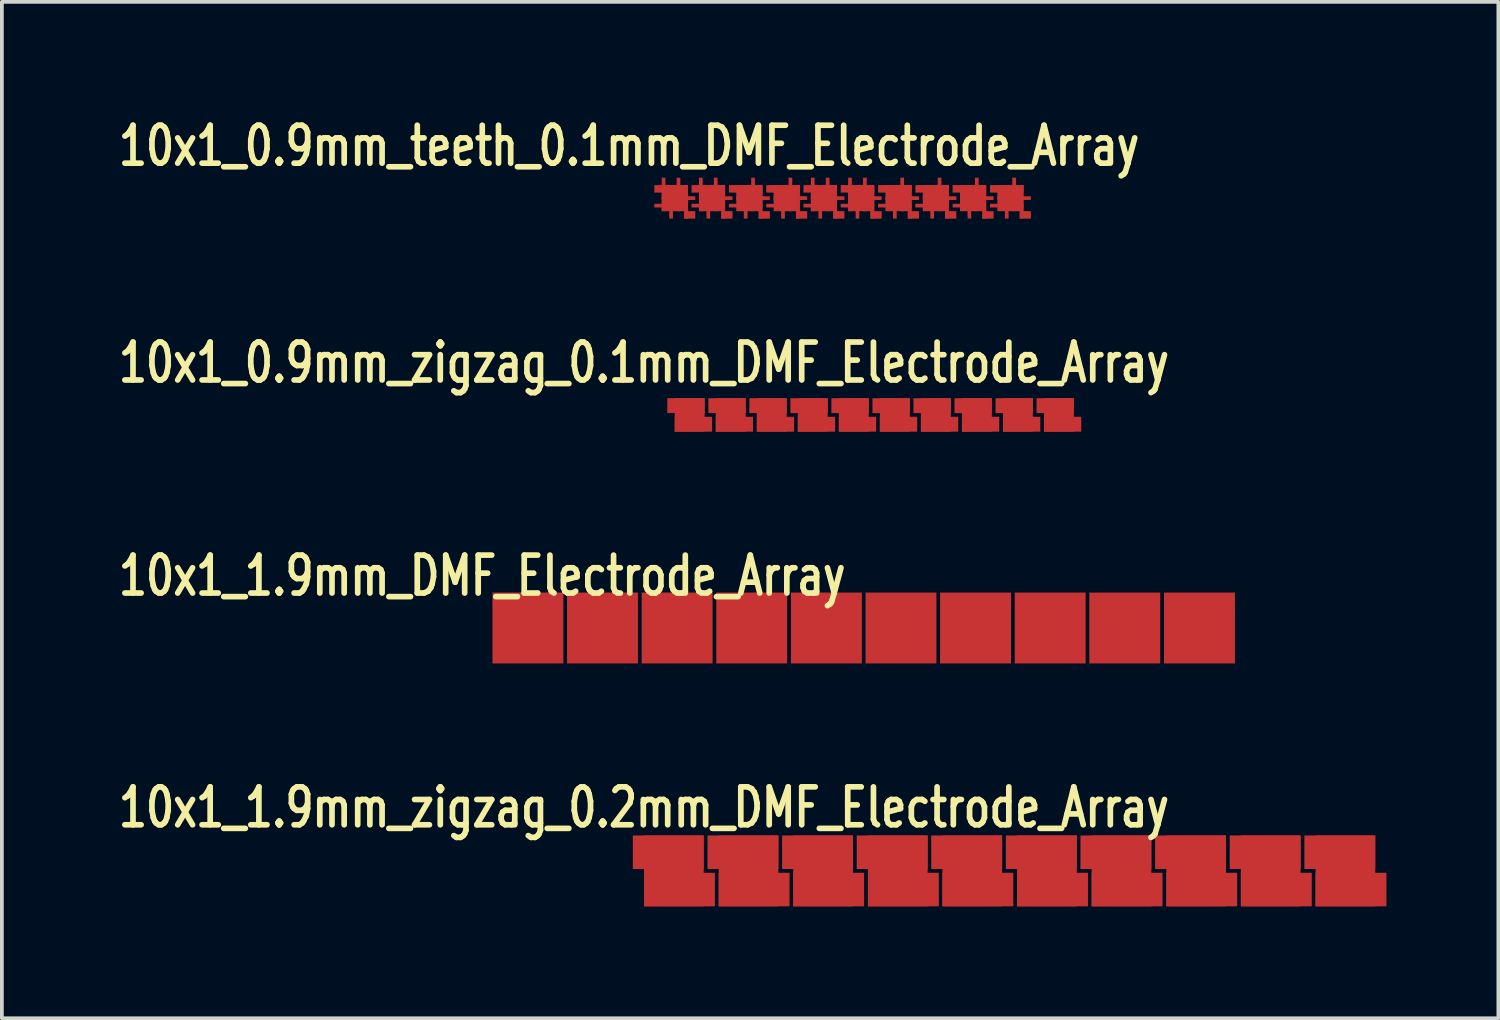
<source format=kicad_pcb>
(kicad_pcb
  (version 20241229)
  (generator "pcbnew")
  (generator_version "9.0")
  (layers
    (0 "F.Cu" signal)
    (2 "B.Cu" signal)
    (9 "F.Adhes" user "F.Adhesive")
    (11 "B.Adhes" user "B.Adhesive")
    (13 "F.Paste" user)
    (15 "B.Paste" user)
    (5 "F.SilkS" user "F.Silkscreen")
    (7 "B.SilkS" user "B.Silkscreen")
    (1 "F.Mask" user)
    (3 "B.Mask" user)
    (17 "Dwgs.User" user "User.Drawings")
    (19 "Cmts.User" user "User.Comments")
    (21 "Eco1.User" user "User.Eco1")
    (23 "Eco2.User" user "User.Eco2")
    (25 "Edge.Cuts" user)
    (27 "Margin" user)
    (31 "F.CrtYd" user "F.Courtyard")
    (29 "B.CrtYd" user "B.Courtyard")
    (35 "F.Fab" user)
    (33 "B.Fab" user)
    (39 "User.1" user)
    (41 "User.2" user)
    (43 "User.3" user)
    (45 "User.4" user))
  (footprint "10x1_0.9mm_zigzag_0.1mm_DMF_Electrode_Array"
    (layer "F.Cu")
    (at 15.437 8.073)
    (property "Reference" "10x1_0.9mm_zigzag_0.1mm_DMF_Electrode_Array" (at -1.224 -1.4 0) (layer "F.SilkS") (effects (font (size 1.016 0.762) (thickness 0.152))))
    (attr smd)
    (pad "" smd rect (at -0.099 -0.249) (size 1.001 0.399) (layers "F.Cu" "F.Mask"))
    (pad "" smd rect (at 0.099 0.249) (size 1.001 0.399) (layers "F.Cu" "F.Mask"))
    (pad "" smd rect (at 1.001 -0.249) (size 1.001 0.399) (layers "F.Cu" "F.Mask"))
    (pad "" smd rect (at 1.199 0.249) (size 1.001 0.399) (layers "F.Cu" "F.Mask"))
    (pad "" smd rect (at 2.101 -0.249) (size 1.001 0.399) (layers "F.Cu" "F.Mask"))
    (pad "" smd rect (at 2.299 0.249) (size 1.001 0.399) (layers "F.Cu" "F.Mask"))
    (pad "" smd rect (at 3.2 -0.249) (size 1.001 0.399) (layers "F.Cu" "F.Mask"))
    (pad "" smd rect (at 3.399 0.249) (size 1.001 0.399) (layers "F.Cu" "F.Mask"))
    (pad "" smd rect (at 4.3 -0.249) (size 1.001 0.399) (layers "F.Cu" "F.Mask"))
    (pad "" smd rect (at 4.498 0.249) (size 1.001 0.399) (layers "F.Cu" "F.Mask"))
    (pad "" smd rect (at 5.4 -0.249) (size 1.001 0.399) (layers "F.Cu" "F.Mask"))
    (pad "" smd rect (at 5.598 0.249) (size 1.001 0.399) (layers "F.Cu" "F.Mask"))
    (pad "" smd rect (at 6.5 -0.249) (size 1.001 0.399) (layers "F.Cu" "F.Mask"))
    (pad "" smd rect (at 6.698 0.249) (size 1.001 0.399) (layers "F.Cu" "F.Mask"))
    (pad "" smd rect (at 7.6 -0.249) (size 1.001 0.399) (layers "F.Cu" "F.Mask"))
    (pad "" smd rect (at 7.798 0.249) (size 1.001 0.399) (layers "F.Cu" "F.Mask"))
    (pad "" smd rect (at 8.7 -0.249) (size 1.001 0.399) (layers "F.Cu" "F.Mask"))
    (pad "" smd rect (at 8.898 0.249) (size 1.001 0.399) (layers "F.Cu" "F.Mask"))
    (pad "" smd rect (at 9.799 -0.249) (size 1.001 0.399) (layers "F.Cu" "F.Mask"))
    (pad "" smd rect (at 9.997 0.249) (size 1.001 0.399) (layers "F.Cu" "F.Mask"))
    (pad "1" smd rect (at 0 0) (size 0.8 0.899) (layers "F.Cu" "F.Mask"))
    (pad "2" smd rect (at 1.1 0) (size 0.8 0.899) (layers "F.Cu" "F.Mask"))
    (pad "3" smd rect (at 2.2 0) (size 0.8 0.899) (layers "F.Cu" "F.Mask"))
    (pad "4" smd rect (at 3.299 0) (size 0.8 0.899) (layers "F.Cu" "F.Mask"))
    (pad "5" smd rect (at 4.399 0) (size 0.8 0.899) (layers "F.Cu" "F.Mask"))
    (pad "6" smd rect (at 5.499 0) (size 0.8 0.899) (layers "F.Cu" "F.Mask"))
    (pad "7" smd rect (at 6.599 0) (size 0.8 0.899) (layers "F.Cu" "F.Mask"))
    (pad "8" smd rect (at 7.699 0) (size 0.8 0.899) (layers "F.Cu" "F.Mask"))
    (pad "9" smd rect (at 8.799 0) (size 0.8 0.899) (layers "F.Cu" "F.Mask"))
    (pad "10" smd rect (at 9.898 0) (size 0.8 0.899) (layers "F.Cu" "F.Mask")))
  (footprint "10x1_1.9mm_zigzag_0.2mm_DMF_Electrode_Array"
    (layer "F.Cu")
    (at 15.013 20.295)
    (property "Reference" "10x1_1.9mm_zigzag_0.2mm_DMF_Electrode_Array" (at -0.8 -1.699 0) (layer "F.SilkS") (effects (font (size 1.016 0.762) (thickness 0.152))))
    (attr smd)
    (pad "" smd rect (at -0.15 -0.5) (size 1.9 0.899) (layers "F.Cu" "F.Mask"))
    (pad "" smd rect (at 0.15 0.5) (size 1.9 0.899) (layers "F.Cu" "F.Mask"))
    (pad "" smd rect (at 1.852 -0.5) (size 1.9 0.899) (layers "F.Cu" "F.Mask"))
    (pad "" smd rect (at 2.151 0.5) (size 1.9 0.899) (layers "F.Cu" "F.Mask"))
    (pad "" smd rect (at 3.851 -0.5) (size 1.9 0.899) (layers "F.Cu" "F.Mask"))
    (pad "" smd rect (at 4.15 0.5) (size 1.9 0.899) (layers "F.Cu" "F.Mask"))
    (pad "" smd rect (at 5.852 -0.5) (size 1.9 0.899) (layers "F.Cu" "F.Mask"))
    (pad "" smd rect (at 6.152 0.5) (size 1.9 0.899) (layers "F.Cu" "F.Mask"))
    (pad "" smd rect (at 7.849 -0.5) (size 1.9 0.899) (layers "F.Cu" "F.Mask"))
    (pad "" smd rect (at 8.148 0.5) (size 1.9 0.899) (layers "F.Cu" "F.Mask"))
    (pad "" smd rect (at 9.85 -0.5) (size 1.9 0.899) (layers "F.Cu" "F.Mask"))
    (pad "" smd rect (at 10.15 0.5) (size 1.9 0.899) (layers "F.Cu" "F.Mask"))
    (pad "" smd rect (at 11.849 -0.5) (size 1.9 0.899) (layers "F.Cu" "F.Mask"))
    (pad "" smd rect (at 12.149 0.5) (size 1.9 0.899) (layers "F.Cu" "F.Mask"))
    (pad "" smd rect (at 13.851 -0.5) (size 1.9 0.899) (layers "F.Cu" "F.Mask"))
    (pad "" smd rect (at 14.15 0.5) (size 1.9 0.899) (layers "F.Cu" "F.Mask"))
    (pad "" smd rect (at 15.85 -0.5) (size 1.9 0.899) (layers "F.Cu" "F.Mask"))
    (pad "" smd rect (at 16.149 0.5) (size 1.9 0.899) (layers "F.Cu" "F.Mask"))
    (pad "" smd rect (at 17.851 -0.5) (size 1.9 0.899) (layers "F.Cu" "F.Mask"))
    (pad "" smd rect (at 18.151 0.5) (size 1.9 0.899) (layers "F.Cu" "F.Mask"))
    (pad "1" smd rect (at 0 0) (size 1.6 1.9) (layers "F.Cu" "F.Mask"))
    (pad "2" smd rect (at 2.002 0) (size 1.6 1.9) (layers "F.Cu" "F.Mask"))
    (pad "3" smd rect (at 4 0) (size 1.6 1.9) (layers "F.Cu" "F.Mask"))
    (pad "4" smd rect (at 6.002 0) (size 1.6 1.9) (layers "F.Cu" "F.Mask"))
    (pad "5" smd rect (at 7.998 0) (size 1.6 1.9) (layers "F.Cu" "F.Mask"))
    (pad "6" smd rect (at 10 0) (size 1.6 1.9) (layers "F.Cu" "F.Mask"))
    (pad "7" smd rect (at 11.999 0) (size 1.6 1.9) (layers "F.Cu" "F.Mask"))
    (pad "8" smd rect (at 14 0) (size 1.6 1.9) (layers "F.Cu" "F.Mask"))
    (pad "9" smd rect (at 15.999 0) (size 1.6 1.9) (layers "F.Cu" "F.Mask"))
    (pad "10" smd rect (at 18.001 0) (size 1.6 1.9) (layers "F.Cu" "F.Mask")))
  (footprint "10x1_0.9mm_teeth_0.1mm_DMF_Electrode_Array"
    (layer "F.Cu")
    (at 15.038 2.261)
    (property "Reference" "10x1_0.9mm_teeth_0.1mm_DMF_Electrode_Array" (at -1.224 -1.4 0) (layer "F.SilkS") (effects (font (size 1.016 0.762) (thickness 0.152))))
    (attr smd)
    (pad "" smd rect (at -0.3 -0.099) (size 0.099 0.899) (layers "F.Cu" "F.Mask"))
    (pad "" smd rect (at -0.099 -0.249) (size 0.899 0.201) (layers "F.Cu" "F.Mask"))
    (pad "" smd rect (at -0.099 0.099) (size 0.099 0.899) (layers "F.Cu" "F.Mask"))
    (pad "" smd rect (at -0.099 0.201) (size 0.899 0.099) (layers "F.Cu" "F.Mask"))
    (pad "" smd rect (at 0.099 -0.099) (size 0.099 0.899) (layers "F.Cu" "F.Mask"))
    (pad "" smd rect (at 0.099 0) (size 0.899 0.099) (layers "F.Cu" "F.Mask"))
    (pad "" smd rect (at 0.3 0.099) (size 0.099 0.899) (layers "F.Cu" "F.Mask"))
    (pad "" smd rect (at 0.399 0.45) (size 0.3 0.201) (layers "F.Cu" "F.Mask"))
    (pad "" smd rect (at 0.699 -0.099) (size 0.099 0.899) (layers "F.Cu" "F.Mask"))
    (pad "" smd rect (at 0.899 -0.249) (size 0.899 0.201) (layers "F.Cu" "F.Mask"))
    (pad "" smd rect (at 0.899 0.099) (size 0.099 0.899) (layers "F.Cu" "F.Mask"))
    (pad "" smd rect (at 0.899 0.201) (size 0.899 0.099) (layers "F.Cu" "F.Mask"))
    (pad "" smd rect (at 1.097 -0.099) (size 0.099 0.899) (layers "F.Cu" "F.Mask"))
    (pad "" smd rect (at 1.097 0) (size 0.899 0.099) (layers "F.Cu" "F.Mask"))
    (pad "" smd rect (at 1.298 0.099) (size 0.099 0.899) (layers "F.Cu" "F.Mask"))
    (pad "" smd rect (at 1.397 0.45) (size 0.3 0.201) (layers "F.Cu" "F.Mask"))
    (pad "" smd rect (at 1.9 -0.249) (size 0.899 0.201) (layers "F.Cu" "F.Mask"))
    (pad "" smd rect (at 1.9 0.099) (size 0.099 0.899) (layers "F.Cu" "F.Mask"))
    (pad "" smd rect (at 1.9 0.201) (size 0.899 0.099) (layers "F.Cu" "F.Mask"))
    (pad "" smd rect (at 2.098 -0.099) (size 0.099 0.899) (layers "F.Cu" "F.Mask"))
    (pad "" smd rect (at 2.098 0) (size 0.899 0.099) (layers "F.Cu" "F.Mask"))
    (pad "" smd rect (at 2.299 0.099) (size 0.099 0.899) (layers "F.Cu" "F.Mask"))
    (pad "" smd rect (at 2.398 0.45) (size 0.3 0.201) (layers "F.Cu" "F.Mask"))
    (pad "" smd rect (at 2.901 -0.249) (size 0.899 0.201) (layers "F.Cu" "F.Mask"))
    (pad "" smd rect (at 2.901 0.099) (size 0.099 0.899) (layers "F.Cu" "F.Mask"))
    (pad "" smd rect (at 2.901 0.201) (size 0.899 0.099) (layers "F.Cu" "F.Mask"))
    (pad "" smd rect (at 3.099 -0.099) (size 0.099 0.899) (layers "F.Cu" "F.Mask"))
    (pad "" smd rect (at 3.099 0) (size 0.899 0.099) (layers "F.Cu" "F.Mask"))
    (pad "" smd rect (at 3.299 0.099) (size 0.099 0.899) (layers "F.Cu" "F.Mask"))
    (pad "" smd rect (at 3.399 0.45) (size 0.3 0.201) (layers "F.Cu" "F.Mask"))
    (pad "" smd rect (at 3.698 -0.099) (size 0.099 0.899) (layers "F.Cu" "F.Mask"))
    (pad "" smd rect (at 3.899 -0.249) (size 0.899 0.201) (layers "F.Cu" "F.Mask"))
    (pad "" smd rect (at 3.899 0.099) (size 0.099 0.899) (layers "F.Cu" "F.Mask"))
    (pad "" smd rect (at 3.899 0.201) (size 0.899 0.099) (layers "F.Cu" "F.Mask"))
    (pad "" smd rect (at 4.097 -0.099) (size 0.099 0.899) (layers "F.Cu" "F.Mask"))
    (pad "" smd rect (at 4.097 0) (size 0.899 0.099) (layers "F.Cu" "F.Mask"))
    (pad "" smd rect (at 4.298 0.099) (size 0.099 0.899) (layers "F.Cu" "F.Mask"))
    (pad "" smd rect (at 4.397 0.45) (size 0.3 0.201) (layers "F.Cu" "F.Mask"))
    (pad "" smd rect (at 4.696 -0.099) (size 0.099 0.899) (layers "F.Cu" "F.Mask"))
    (pad "" smd rect (at 4.897 -0.249) (size 0.899 0.201) (layers "F.Cu" "F.Mask"))
    (pad "" smd rect (at 4.897 0.099) (size 0.099 0.899) (layers "F.Cu" "F.Mask"))
    (pad "" smd rect (at 4.897 0.201) (size 0.899 0.099) (layers "F.Cu" "F.Mask"))
    (pad "" smd rect (at 5.095 -0.099) (size 0.099 0.899) (layers "F.Cu" "F.Mask"))
    (pad "" smd rect (at 5.095 0) (size 0.899 0.099) (layers "F.Cu" "F.Mask"))
    (pad "" smd rect (at 5.296 0.099) (size 0.099 0.899) (layers "F.Cu" "F.Mask"))
    (pad "" smd rect (at 5.395 0.45) (size 0.3 0.201) (layers "F.Cu" "F.Mask"))
    (pad "" smd rect (at 5.898 -0.249) (size 0.899 0.201) (layers "F.Cu" "F.Mask"))
    (pad "" smd rect (at 5.898 0.099) (size 0.099 0.899) (layers "F.Cu" "F.Mask"))
    (pad "" smd rect (at 5.898 0.201) (size 0.899 0.099) (layers "F.Cu" "F.Mask"))
    (pad "" smd rect (at 6.096 -0.099) (size 0.099 0.899) (layers "F.Cu" "F.Mask"))
    (pad "" smd rect (at 6.096 0) (size 0.899 0.099) (layers "F.Cu" "F.Mask"))
    (pad "" smd rect (at 6.297 0.099) (size 0.099 0.899) (layers "F.Cu" "F.Mask"))
    (pad "" smd rect (at 6.396 0.45) (size 0.3 0.201) (layers "F.Cu" "F.Mask"))
    (pad "" smd rect (at 6.899 -0.249) (size 0.899 0.201) (layers "F.Cu" "F.Mask"))
    (pad "" smd rect (at 6.899 0.099) (size 0.099 0.899) (layers "F.Cu" "F.Mask"))
    (pad "" smd rect (at 6.899 0.201) (size 0.899 0.099) (layers "F.Cu" "F.Mask"))
    (pad "" smd rect (at 7.097 -0.099) (size 0.099 0.899) (layers "F.Cu" "F.Mask"))
    (pad "" smd rect (at 7.097 0) (size 0.899 0.099) (layers "F.Cu" "F.Mask"))
    (pad "" smd rect (at 7.297 0.099) (size 0.099 0.899) (layers "F.Cu" "F.Mask"))
    (pad "" smd rect (at 7.396 0.45) (size 0.3 0.201) (layers "F.Cu" "F.Mask"))
    (pad "" smd rect (at 7.897 -0.249) (size 0.899 0.201) (layers "F.Cu" "F.Mask"))
    (pad "" smd rect (at 7.897 0.099) (size 0.099 0.899) (layers "F.Cu" "F.Mask"))
    (pad "" smd rect (at 7.897 0.201) (size 0.899 0.099) (layers "F.Cu" "F.Mask"))
    (pad "" smd rect (at 8.095 -0.099) (size 0.099 0.899) (layers "F.Cu" "F.Mask"))
    (pad "" smd rect (at 8.095 0) (size 0.899 0.099) (layers "F.Cu" "F.Mask"))
    (pad "" smd rect (at 8.296 0.099) (size 0.099 0.899) (layers "F.Cu" "F.Mask"))
    (pad "" smd rect (at 8.395 0.45) (size 0.3 0.201) (layers "F.Cu" "F.Mask"))
    (pad "" smd rect (at 8.898 -0.249) (size 0.899 0.201) (layers "F.Cu" "F.Mask"))
    (pad "" smd rect (at 8.898 0.099) (size 0.099 0.899) (layers "F.Cu" "F.Mask"))
    (pad "" smd rect (at 8.898 0.201) (size 0.899 0.099) (layers "F.Cu" "F.Mask"))
    (pad "" smd rect (at 9.096 -0.099) (size 0.099 0.899) (layers "F.Cu" "F.Mask"))
    (pad "" smd rect (at 9.096 0) (size 0.899 0.099) (layers "F.Cu" "F.Mask"))
    (pad "" smd rect (at 9.296 0.099) (size 0.099 0.899) (layers "F.Cu" "F.Mask"))
    (pad "" smd rect (at 9.395 0.45) (size 0.3 0.201) (layers "F.Cu" "F.Mask"))
    (pad "1" smd rect (at 0 0) (size 0.701 0.701) (layers "F.Cu" "F.Mask"))
    (pad "2" smd rect (at 0.998 0) (size 0.701 0.701) (layers "F.Cu" "F.Mask"))
    (pad "3" smd rect (at 1.999 0) (size 0.701 0.701) (layers "F.Cu" "F.Mask"))
    (pad "4" smd rect (at 3 0) (size 0.701 0.701) (layers "F.Cu" "F.Mask"))
    (pad "5" smd rect (at 3.998 0) (size 0.701 0.701) (layers "F.Cu" "F.Mask"))
    (pad "6" smd rect (at 4.996 0) (size 0.701 0.701) (layers "F.Cu" "F.Mask"))
    (pad "7" smd rect (at 5.997 0) (size 0.701 0.701) (layers "F.Cu" "F.Mask"))
    (pad "8" smd rect (at 6.998 0) (size 0.701 0.701) (layers "F.Cu" "F.Mask"))
    (pad "9" smd rect (at 7.996 0) (size 0.701 0.701) (layers "F.Cu" "F.Mask"))
    (pad "10" smd rect (at 8.997 0) (size 0.701 0.701) (layers "F.Cu" "F.Mask")))
  (footprint "10x1_1.9mm_DMF_Electrode_Array"
    (layer "F.Cu")
    (at 11.101 13.784)
    (property "Reference" "10x1_1.9mm_DMF_Electrode_Array" (at -1.224 -1.4 0) (layer "F.SilkS") (effects (font (size 1.016 0.762) (thickness 0.152))))
    (attr smd)
    (pad "1" smd rect (at 0 0) (size 1.9 1.9) (layers "F.Cu" "F.Mask" "F.Paste"))
    (pad "2" smd rect (at 1.999 0) (size 1.9 1.9) (layers "F.Cu" "F.Mask" "F.Paste"))
    (pad "3" smd rect (at 4 0) (size 1.9 1.9) (layers "F.Cu" "F.Mask" "F.Paste"))
    (pad "4" smd rect (at 5.999 0) (size 1.9 1.9) (layers "F.Cu" "F.Mask" "F.Paste"))
    (pad "5" smd rect (at 8.001 0) (size 1.9 1.9) (layers "F.Cu" "F.Mask" "F.Paste"))
    (pad "6" smd rect (at 10 0) (size 1.9 1.9) (layers "F.Cu" "F.Mask" "F.Paste"))
    (pad "7" smd rect (at 11.999 0) (size 1.9 1.9) (layers "F.Cu" "F.Mask" "F.Paste"))
    (pad "8" smd rect (at 14 0) (size 1.9 1.9) (layers "F.Cu" "F.Mask" "F.Paste"))
    (pad "9" smd rect (at 15.999 0) (size 1.9 1.9) (layers "F.Cu" "F.Mask" "F.Paste"))
    (pad "10" smd rect (at 18.001 0) (size 1.9 1.9) (layers "F.Cu" "F.Mask" "F.Paste")))
  (gr_rect
    (start -3 -3)
    (end 37.114 24.245)
    (stroke (width 0.1) (type default))
    (fill no)
    (layer "Edge.Cuts")))
</source>
